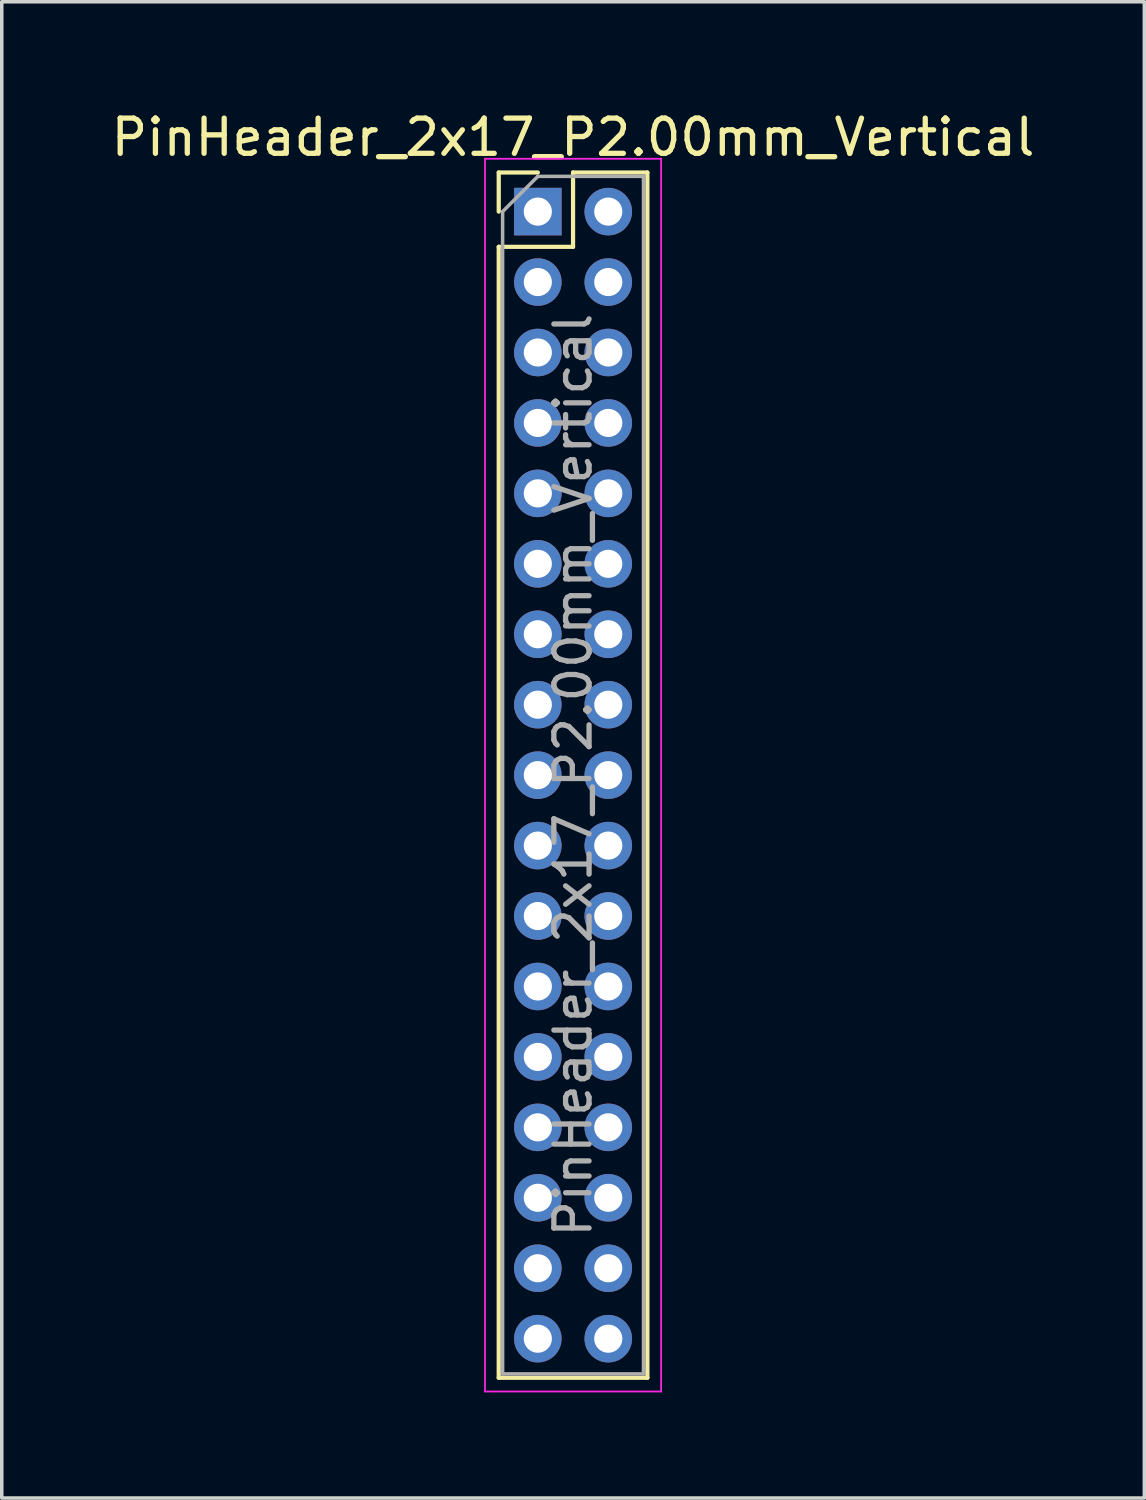
<source format=kicad_pcb>
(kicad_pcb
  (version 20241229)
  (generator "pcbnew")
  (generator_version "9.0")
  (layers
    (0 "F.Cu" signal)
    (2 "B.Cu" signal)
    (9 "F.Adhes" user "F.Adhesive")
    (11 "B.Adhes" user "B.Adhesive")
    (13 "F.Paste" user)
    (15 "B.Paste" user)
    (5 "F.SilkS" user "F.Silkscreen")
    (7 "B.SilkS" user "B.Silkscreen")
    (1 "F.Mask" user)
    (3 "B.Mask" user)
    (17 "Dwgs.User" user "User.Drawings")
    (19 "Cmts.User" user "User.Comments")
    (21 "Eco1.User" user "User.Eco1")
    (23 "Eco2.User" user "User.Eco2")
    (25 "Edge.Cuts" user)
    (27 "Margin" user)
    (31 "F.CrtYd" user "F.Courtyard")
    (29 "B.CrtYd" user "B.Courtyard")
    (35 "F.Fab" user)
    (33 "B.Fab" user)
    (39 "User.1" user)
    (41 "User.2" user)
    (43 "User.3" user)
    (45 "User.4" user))
  (footprint "PinHeader_2x17_P2.00mm_Vertical"
    (layer "F.Cu")
    (at 12.22 2.958)
    (property "Reference" "PinHeader_2x17_P2.00mm_Vertical" (at 1 -2.11 0) (layer "F.SilkS") (effects (font (size 1 1) (thickness 0.15))))
    (attr through_hole)
    (fp_line (start -1.11 -1.11) (end 0 -1.11) (stroke (width 0.12) (type solid)) (layer "F.SilkS"))
    (fp_line (start -1.11 0) (end -1.11 -1.11) (stroke (width 0.12) (type solid)) (layer "F.SilkS"))
    (fp_line (start -1.11 1) (end -1.11 33.11) (stroke (width 0.12) (type solid)) (layer "F.SilkS"))
    (fp_line (start -1.11 1) (end 1 1) (stroke (width 0.12) (type solid)) (layer "F.SilkS"))
    (fp_line (start -1.11 33.11) (end 3.11 33.11) (stroke (width 0.12) (type solid)) (layer "F.SilkS"))
    (fp_line (start 1 -1.11) (end 3.11 -1.11) (stroke (width 0.12) (type solid)) (layer "F.SilkS"))
    (fp_line (start 1 1) (end 1 -1.11) (stroke (width 0.12) (type solid)) (layer "F.SilkS"))
    (fp_line (start 3.11 -1.11) (end 3.11 33.11) (stroke (width 0.12) (type solid)) (layer "F.SilkS"))
    (fp_line (start -1.5 -1.5) (end -1.5 33.5) (stroke (width 0.05) (type solid)) (layer "F.CrtYd"))
    (fp_line (start -1.5 33.5) (end 3.5 33.5) (stroke (width 0.05) (type solid)) (layer "F.CrtYd"))
    (fp_line (start 3.5 -1.5) (end -1.5 -1.5) (stroke (width 0.05) (type solid)) (layer "F.CrtYd"))
    (fp_line (start 3.5 33.5) (end 3.5 -1.5) (stroke (width 0.05) (type solid)) (layer "F.CrtYd"))
    (fp_line (start -1 0) (end 0 -1) (stroke (width 0.1) (type solid)) (layer "F.Fab"))
    (fp_line (start -1 33) (end -1 0) (stroke (width 0.1) (type solid)) (layer "F.Fab"))
    (fp_line (start 0 -1) (end 3 -1) (stroke (width 0.1) (type solid)) (layer "F.Fab"))
    (fp_line (start 3 -1) (end 3 33) (stroke (width 0.1) (type solid)) (layer "F.Fab"))
    (fp_line (start 3 33) (end -1 33) (stroke (width 0.1) (type solid)) (layer "F.Fab"))
    (fp_text user "${REFERENCE}" (at 1 16 90) (layer "F.Fab") (effects (font (size 1 1) (thickness 0.15))))
    (pad "1" thru_hole rect (at 0 0) (size 1.35 1.35) (drill 0.8) (layers "*.Cu" "*.Mask"))
    (pad "2" thru_hole circle (at 2 0) (size 1.35 1.35) (drill 0.8) (layers "*.Cu" "*.Mask"))
    (pad "3" thru_hole circle (at 0 2) (size 1.35 1.35) (drill 0.8) (layers "*.Cu" "*.Mask"))
    (pad "4" thru_hole circle (at 2 2) (size 1.35 1.35) (drill 0.8) (layers "*.Cu" "*.Mask"))
    (pad "5" thru_hole circle (at 0 4) (size 1.35 1.35) (drill 0.8) (layers "*.Cu" "*.Mask"))
    (pad "6" thru_hole circle (at 2 4) (size 1.35 1.35) (drill 0.8) (layers "*.Cu" "*.Mask"))
    (pad "7" thru_hole circle (at 0 6) (size 1.35 1.35) (drill 0.8) (layers "*.Cu" "*.Mask"))
    (pad "8" thru_hole circle (at 2 6) (size 1.35 1.35) (drill 0.8) (layers "*.Cu" "*.Mask"))
    (pad "9" thru_hole circle (at 0 8) (size 1.35 1.35) (drill 0.8) (layers "*.Cu" "*.Mask"))
    (pad "10" thru_hole circle (at 2 8) (size 1.35 1.35) (drill 0.8) (layers "*.Cu" "*.Mask"))
    (pad "11" thru_hole circle (at 0 10) (size 1.35 1.35) (drill 0.8) (layers "*.Cu" "*.Mask"))
    (pad "12" thru_hole circle (at 2 10) (size 1.35 1.35) (drill 0.8) (layers "*.Cu" "*.Mask"))
    (pad "13" thru_hole circle (at 0 12) (size 1.35 1.35) (drill 0.8) (layers "*.Cu" "*.Mask"))
    (pad "14" thru_hole circle (at 2 12) (size 1.35 1.35) (drill 0.8) (layers "*.Cu" "*.Mask"))
    (pad "15" thru_hole circle (at 0 14) (size 1.35 1.35) (drill 0.8) (layers "*.Cu" "*.Mask"))
    (pad "16" thru_hole circle (at 2 14) (size 1.35 1.35) (drill 0.8) (layers "*.Cu" "*.Mask"))
    (pad "17" thru_hole circle (at 0 16) (size 1.35 1.35) (drill 0.8) (layers "*.Cu" "*.Mask"))
    (pad "18" thru_hole circle (at 2 16) (size 1.35 1.35) (drill 0.8) (layers "*.Cu" "*.Mask"))
    (pad "19" thru_hole circle (at 0 18) (size 1.35 1.35) (drill 0.8) (layers "*.Cu" "*.Mask"))
    (pad "20" thru_hole circle (at 2 18) (size 1.35 1.35) (drill 0.8) (layers "*.Cu" "*.Mask"))
    (pad "21" thru_hole circle (at 0 20) (size 1.35 1.35) (drill 0.8) (layers "*.Cu" "*.Mask"))
    (pad "22" thru_hole circle (at 2 20) (size 1.35 1.35) (drill 0.8) (layers "*.Cu" "*.Mask"))
    (pad "23" thru_hole circle (at 0 22) (size 1.35 1.35) (drill 0.8) (layers "*.Cu" "*.Mask"))
    (pad "24" thru_hole circle (at 2 22) (size 1.35 1.35) (drill 0.8) (layers "*.Cu" "*.Mask"))
    (pad "25" thru_hole circle (at 0 24) (size 1.35 1.35) (drill 0.8) (layers "*.Cu" "*.Mask"))
    (pad "26" thru_hole circle (at 2 24) (size 1.35 1.35) (drill 0.8) (layers "*.Cu" "*.Mask"))
    (pad "27" thru_hole circle (at 0 26) (size 1.35 1.35) (drill 0.8) (layers "*.Cu" "*.Mask"))
    (pad "28" thru_hole circle (at 2 26) (size 1.35 1.35) (drill 0.8) (layers "*.Cu" "*.Mask"))
    (pad "29" thru_hole circle (at 0 28) (size 1.35 1.35) (drill 0.8) (layers "*.Cu" "*.Mask"))
    (pad "30" thru_hole circle (at 2 28) (size 1.35 1.35) (drill 0.8) (layers "*.Cu" "*.Mask"))
    (pad "31" thru_hole circle (at 0 30) (size 1.35 1.35) (drill 0.8) (layers "*.Cu" "*.Mask"))
    (pad "32" thru_hole circle (at 2 30) (size 1.35 1.35) (drill 0.8) (layers "*.Cu" "*.Mask"))
    (pad "33" thru_hole circle (at 0 32) (size 1.35 1.35) (drill 0.8) (layers "*.Cu" "*.Mask"))
    (pad "34" thru_hole circle (at 2 32) (size 1.35 1.35) (drill 0.8) (layers "*.Cu" "*.Mask")))
  (gr_rect
    (start -3 -3)
    (end 29.44 39.483)
    (stroke (width 0.1) (type default))
    (fill no)
    (layer "Edge.Cuts")))
</source>
